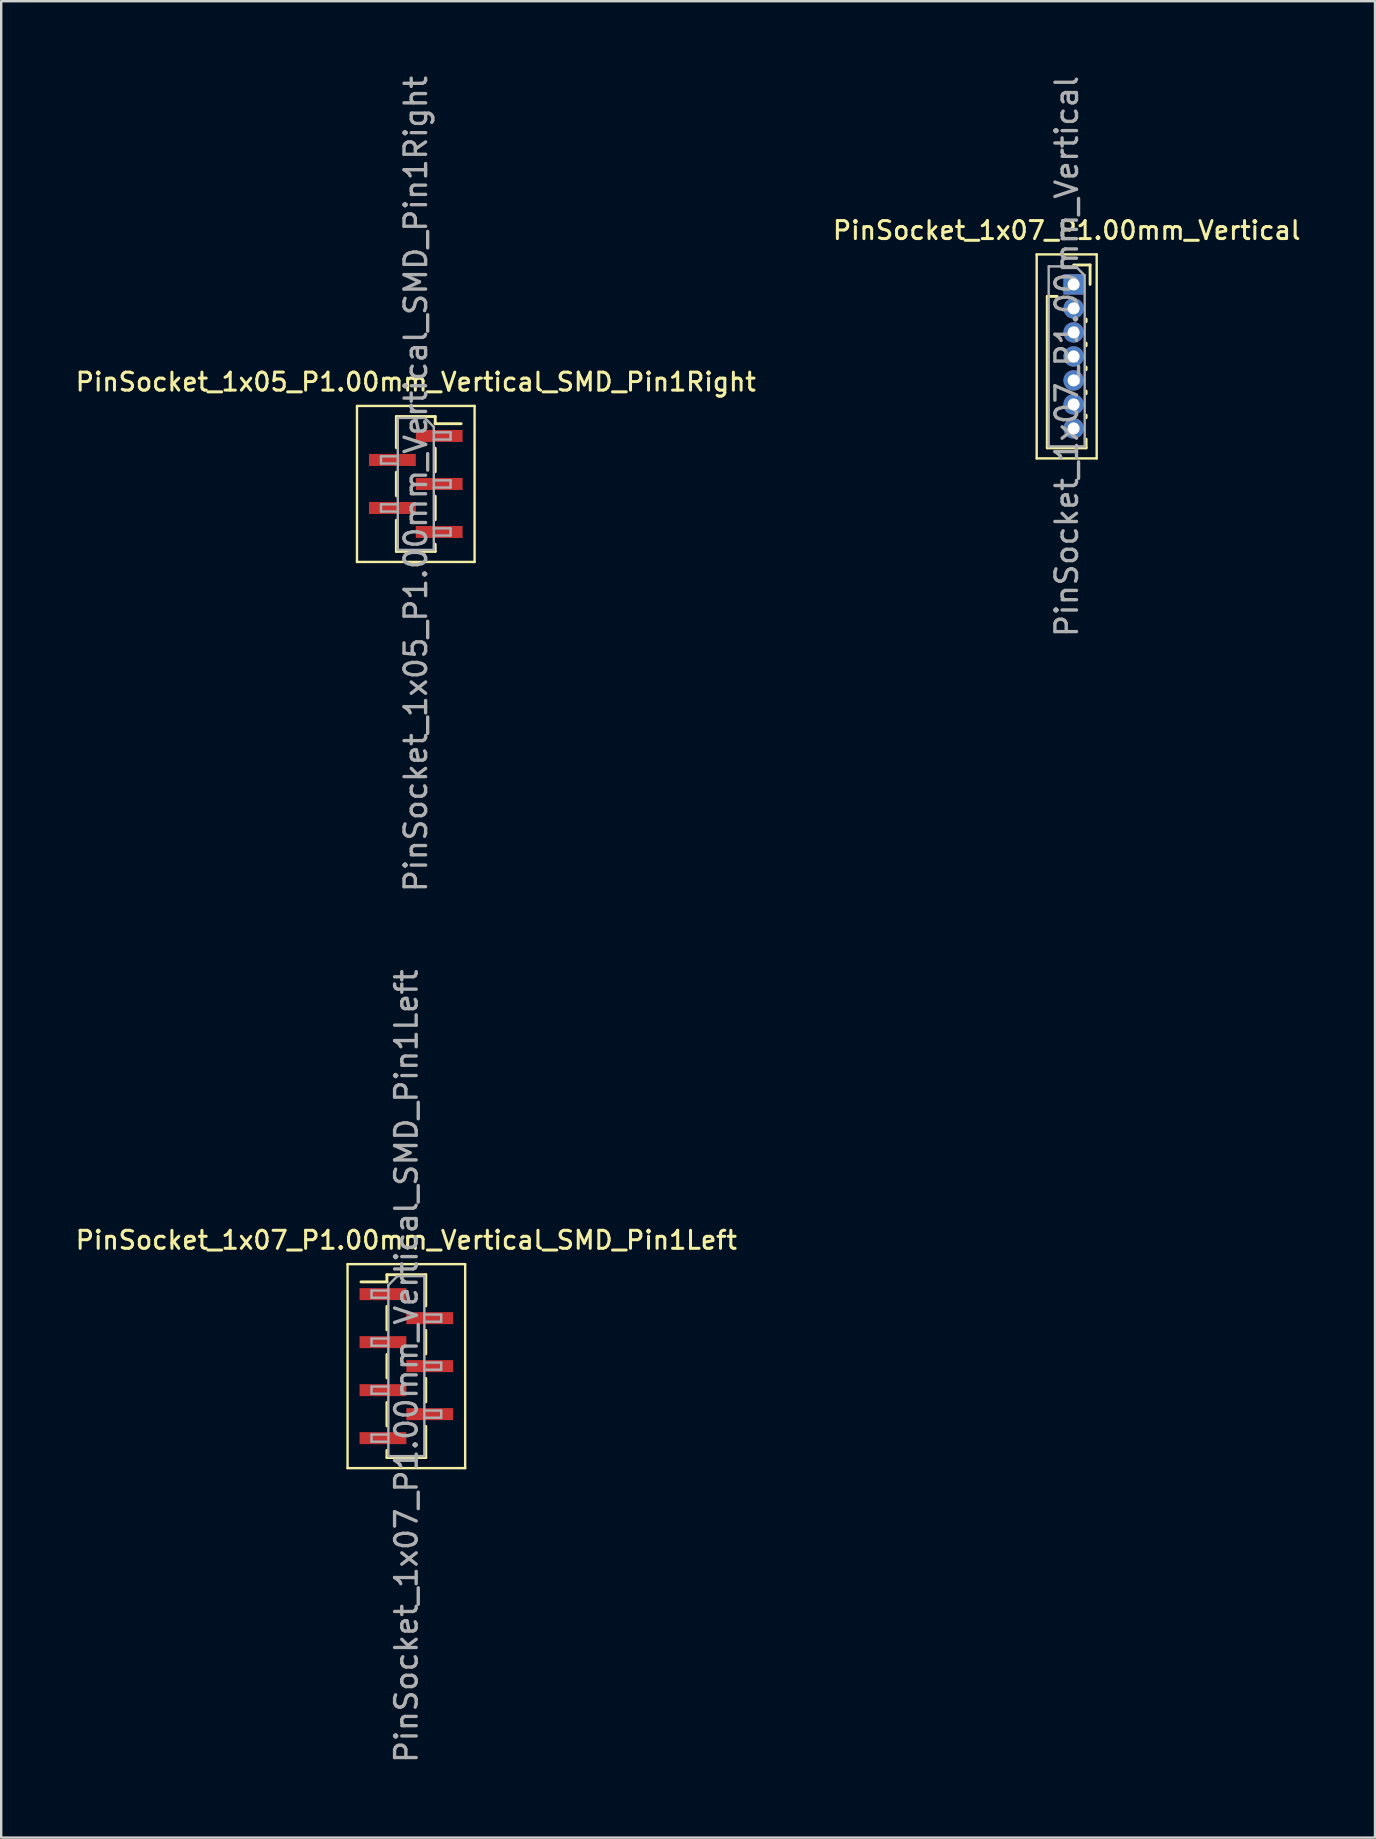
<source format=kicad_pcb>
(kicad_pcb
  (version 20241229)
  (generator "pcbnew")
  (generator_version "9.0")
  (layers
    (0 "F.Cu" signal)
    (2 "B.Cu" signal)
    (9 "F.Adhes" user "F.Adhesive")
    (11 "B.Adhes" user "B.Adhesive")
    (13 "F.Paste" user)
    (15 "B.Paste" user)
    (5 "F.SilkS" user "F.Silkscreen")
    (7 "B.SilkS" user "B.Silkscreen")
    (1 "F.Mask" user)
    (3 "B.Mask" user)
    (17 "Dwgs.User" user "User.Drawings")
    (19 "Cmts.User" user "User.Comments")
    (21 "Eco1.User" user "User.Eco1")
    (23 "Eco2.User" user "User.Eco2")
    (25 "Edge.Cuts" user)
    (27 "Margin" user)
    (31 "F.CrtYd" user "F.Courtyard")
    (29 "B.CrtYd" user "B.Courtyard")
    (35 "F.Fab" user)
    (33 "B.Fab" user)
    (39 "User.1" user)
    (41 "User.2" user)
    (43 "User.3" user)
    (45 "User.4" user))
  (footprint "PinSocket_1x05_P1.00mm_Vertical_SMD_Pin1Right"
    (layer "F.Cu")
    (at 14.273 17.113)
    (property "Reference" "PinSocket_1x05_P1.00mm_Vertical_SMD_Pin1Right" (at 0 -4.25 0) (layer "F.SilkS") (effects (font (size 0.75 0.75) (thickness 0.125))))
    (attr smd)
    (fp_line (start -2.45 -3.25) (end 2.45 -3.25) (stroke (width 0.1) (type solid)) (layer "F.SilkS"))
    (fp_line (start -2.45 3.25) (end -2.45 -3.25) (stroke (width 0.1) (type solid)) (layer "F.SilkS"))
    (fp_line (start -0.81 -2.81) (end -0.81 -1.51) (stroke (width 0.12) (type solid)) (layer "F.SilkS"))
    (fp_line (start -0.81 -2.81) (end 0.81 -2.81) (stroke (width 0.12) (type solid)) (layer "F.SilkS"))
    (fp_line (start -0.81 -0.49) (end -0.81 0.49) (stroke (width 0.12) (type solid)) (layer "F.SilkS"))
    (fp_line (start -0.81 1.51) (end -0.81 2.81) (stroke (width 0.12) (type solid)) (layer "F.SilkS"))
    (fp_line (start -0.81 2.81) (end 0.81 2.81) (stroke (width 0.12) (type solid)) (layer "F.SilkS"))
    (fp_line (start 0.81 -2.81) (end 0.81 -2.51) (stroke (width 0.12) (type solid)) (layer "F.SilkS"))
    (fp_line (start 0.81 -2.51) (end 1.89 -2.51) (stroke (width 0.12) (type solid)) (layer "F.SilkS"))
    (fp_line (start 0.81 -1.49) (end 0.81 -0.51) (stroke (width 0.12) (type solid)) (layer "F.SilkS"))
    (fp_line (start 0.81 0.51) (end 0.81 1.49) (stroke (width 0.12) (type solid)) (layer "F.SilkS"))
    (fp_line (start 0.81 2.51) (end 0.81 2.81) (stroke (width 0.12) (type solid)) (layer "F.SilkS"))
    (fp_line (start 2.45 -3.25) (end 2.45 3.25) (stroke (width 0.1) (type solid)) (layer "F.SilkS"))
    (fp_line (start 2.45 3.25) (end -2.45 3.25) (stroke (width 0.1) (type solid)) (layer "F.SilkS"))
    (fp_line (start -1.45 -1.15) (end -0.75 -1.15) (stroke (width 0.1) (type solid)) (layer "F.Fab"))
    (fp_line (start -1.45 -0.85) (end -1.45 -1.15) (stroke (width 0.1) (type solid)) (layer "F.Fab"))
    (fp_line (start -1.45 0.85) (end -0.75 0.85) (stroke (width 0.1) (type solid)) (layer "F.Fab"))
    (fp_line (start -1.45 1.15) (end -1.45 0.85) (stroke (width 0.1) (type solid)) (layer "F.Fab"))
    (fp_line (start -0.75 -2.75) (end 0.375 -2.75) (stroke (width 0.1) (type solid)) (layer "F.Fab"))
    (fp_line (start -0.75 -0.85) (end -1.45 -0.85) (stroke (width 0.1) (type solid)) (layer "F.Fab"))
    (fp_line (start -0.75 1.15) (end -1.45 1.15) (stroke (width 0.1) (type solid)) (layer "F.Fab"))
    (fp_line (start -0.75 2.75) (end -0.75 -2.75) (stroke (width 0.1) (type solid)) (layer "F.Fab"))
    (fp_line (start 0.375 -2.75) (end 0.75 -2.375) (stroke (width 0.1) (type solid)) (layer "F.Fab"))
    (fp_line (start 0.75 -2.375) (end 0.75 2.75) (stroke (width 0.1) (type solid)) (layer "F.Fab"))
    (fp_line (start 0.75 -2.15) (end 1.45 -2.15) (stroke (width 0.1) (type solid)) (layer "F.Fab"))
    (fp_line (start 0.75 -0.15) (end 1.45 -0.15) (stroke (width 0.1) (type solid)) (layer "F.Fab"))
    (fp_line (start 0.75 1.85) (end 1.45 1.85) (stroke (width 0.1) (type solid)) (layer "F.Fab"))
    (fp_line (start 0.75 2.75) (end -0.75 2.75) (stroke (width 0.1) (type solid)) (layer "F.Fab"))
    (fp_line (start 1.45 -2.15) (end 1.45 -1.85) (stroke (width 0.1) (type solid)) (layer "F.Fab"))
    (fp_line (start 1.45 -1.85) (end 0.75 -1.85) (stroke (width 0.1) (type solid)) (layer "F.Fab"))
    (fp_line (start 1.45 -0.15) (end 1.45 0.15) (stroke (width 0.1) (type solid)) (layer "F.Fab"))
    (fp_line (start 1.45 0.15) (end 0.75 0.15) (stroke (width 0.1) (type solid)) (layer "F.Fab"))
    (fp_line (start 1.45 1.85) (end 1.45 2.15) (stroke (width 0.1) (type solid)) (layer "F.Fab"))
    (fp_line (start 1.45 2.15) (end 0.75 2.15) (stroke (width 0.1) (type solid)) (layer "F.Fab"))
    (fp_text user "${REFERENCE}" (at 0 0 90) (layer "F.Fab") (effects (font (size 0.9 0.9) (thickness 0.14))))
    (pad "1" smd rect (at 0.975 -2) (size 1.95 0.5) (layers "F.Cu" "F.Mask" "F.Paste"))
    (pad "2" smd rect (at -0.975 -1) (size 1.95 0.5) (layers "F.Cu" "F.Mask" "F.Paste"))
    (pad "3" smd rect (at 0.975 0) (size 1.95 0.5) (layers "F.Cu" "F.Mask" "F.Paste"))
    (pad "4" smd rect (at -0.975 1) (size 1.95 0.5) (layers "F.Cu" "F.Mask" "F.Paste"))
    (pad "5" smd rect (at 0.975 2) (size 1.95 0.5) (layers "F.Cu" "F.Mask" "F.Paste")))
  (footprint "PinSocket_1x07_P1.00mm_Vertical_SMD_Pin1Left"
    (layer "F.Cu")
    (at 13.88 53.867)
    (property "Reference" "PinSocket_1x07_P1.00mm_Vertical_SMD_Pin1Left" (at 0 -5.25 0) (layer "F.SilkS") (effects (font (size 0.75 0.75) (thickness 0.125))))
    (attr smd)
    (fp_line (start -2.45 -4.25) (end 2.45 -4.25) (stroke (width 0.1) (type solid)) (layer "F.SilkS"))
    (fp_line (start -2.45 4.25) (end -2.45 -4.25) (stroke (width 0.1) (type solid)) (layer "F.SilkS"))
    (fp_line (start -1.89 -3.51) (end -0.81 -3.51) (stroke (width 0.12) (type solid)) (layer "F.SilkS"))
    (fp_line (start -0.81 -3.81) (end -0.81 -3.51) (stroke (width 0.12) (type solid)) (layer "F.SilkS"))
    (fp_line (start -0.81 -3.81) (end 0.81 -3.81) (stroke (width 0.12) (type solid)) (layer "F.SilkS"))
    (fp_line (start -0.81 -2.49) (end -0.81 -1.51) (stroke (width 0.12) (type solid)) (layer "F.SilkS"))
    (fp_line (start -0.81 -0.49) (end -0.81 0.49) (stroke (width 0.12) (type solid)) (layer "F.SilkS"))
    (fp_line (start -0.81 1.51) (end -0.81 2.49) (stroke (width 0.12) (type solid)) (layer "F.SilkS"))
    (fp_line (start -0.81 3.51) (end -0.81 3.81) (stroke (width 0.12) (type solid)) (layer "F.SilkS"))
    (fp_line (start -0.81 3.81) (end 0.81 3.81) (stroke (width 0.12) (type solid)) (layer "F.SilkS"))
    (fp_line (start 0.81 -3.81) (end 0.81 -2.51) (stroke (width 0.12) (type solid)) (layer "F.SilkS"))
    (fp_line (start 0.81 -1.49) (end 0.81 -0.51) (stroke (width 0.12) (type solid)) (layer "F.SilkS"))
    (fp_line (start 0.81 0.51) (end 0.81 1.49) (stroke (width 0.12) (type solid)) (layer "F.SilkS"))
    (fp_line (start 0.81 2.51) (end 0.81 3.81) (stroke (width 0.12) (type solid)) (layer "F.SilkS"))
    (fp_line (start 2.45 -4.25) (end 2.45 4.25) (stroke (width 0.1) (type solid)) (layer "F.SilkS"))
    (fp_line (start 2.45 4.25) (end -2.45 4.25) (stroke (width 0.1) (type solid)) (layer "F.SilkS"))
    (fp_line (start -1.45 -3.15) (end -0.75 -3.15) (stroke (width 0.1) (type solid)) (layer "F.Fab"))
    (fp_line (start -1.45 -2.85) (end -1.45 -3.15) (stroke (width 0.1) (type solid)) (layer "F.Fab"))
    (fp_line (start -1.45 -1.15) (end -0.75 -1.15) (stroke (width 0.1) (type solid)) (layer "F.Fab"))
    (fp_line (start -1.45 -0.85) (end -1.45 -1.15) (stroke (width 0.1) (type solid)) (layer "F.Fab"))
    (fp_line (start -1.45 0.85) (end -0.75 0.85) (stroke (width 0.1) (type solid)) (layer "F.Fab"))
    (fp_line (start -1.45 1.15) (end -1.45 0.85) (stroke (width 0.1) (type solid)) (layer "F.Fab"))
    (fp_line (start -1.45 2.85) (end -0.75 2.85) (stroke (width 0.1) (type solid)) (layer "F.Fab"))
    (fp_line (start -1.45 3.15) (end -1.45 2.85) (stroke (width 0.1) (type solid)) (layer "F.Fab"))
    (fp_line (start -0.75 -3.375) (end -0.375 -3.75) (stroke (width 0.1) (type solid)) (layer "F.Fab"))
    (fp_line (start -0.75 -2.85) (end -1.45 -2.85) (stroke (width 0.1) (type solid)) (layer "F.Fab"))
    (fp_line (start -0.75 -0.85) (end -1.45 -0.85) (stroke (width 0.1) (type solid)) (layer "F.Fab"))
    (fp_line (start -0.75 1.15) (end -1.45 1.15) (stroke (width 0.1) (type solid)) (layer "F.Fab"))
    (fp_line (start -0.75 3.15) (end -1.45 3.15) (stroke (width 0.1) (type solid)) (layer "F.Fab"))
    (fp_line (start -0.75 3.75) (end -0.75 -3.375) (stroke (width 0.1) (type solid)) (layer "F.Fab"))
    (fp_line (start -0.375 -3.75) (end 0.75 -3.75) (stroke (width 0.1) (type solid)) (layer "F.Fab"))
    (fp_line (start 0.75 -3.75) (end 0.75 3.75) (stroke (width 0.1) (type solid)) (layer "F.Fab"))
    (fp_line (start 0.75 -2.15) (end 1.45 -2.15) (stroke (width 0.1) (type solid)) (layer "F.Fab"))
    (fp_line (start 0.75 -0.15) (end 1.45 -0.15) (stroke (width 0.1) (type solid)) (layer "F.Fab"))
    (fp_line (start 0.75 1.85) (end 1.45 1.85) (stroke (width 0.1) (type solid)) (layer "F.Fab"))
    (fp_line (start 0.75 3.75) (end -0.75 3.75) (stroke (width 0.1) (type solid)) (layer "F.Fab"))
    (fp_line (start 1.45 -2.15) (end 1.45 -1.85) (stroke (width 0.1) (type solid)) (layer "F.Fab"))
    (fp_line (start 1.45 -1.85) (end 0.75 -1.85) (stroke (width 0.1) (type solid)) (layer "F.Fab"))
    (fp_line (start 1.45 -0.15) (end 1.45 0.15) (stroke (width 0.1) (type solid)) (layer "F.Fab"))
    (fp_line (start 1.45 0.15) (end 0.75 0.15) (stroke (width 0.1) (type solid)) (layer "F.Fab"))
    (fp_line (start 1.45 1.85) (end 1.45 2.15) (stroke (width 0.1) (type solid)) (layer "F.Fab"))
    (fp_line (start 1.45 2.15) (end 0.75 2.15) (stroke (width 0.1) (type solid)) (layer "F.Fab"))
    (fp_text user "${REFERENCE}" (at 0 0 90) (layer "F.Fab") (effects (font (size 0.9 0.9) (thickness 0.14))))
    (pad "1" smd rect (at -0.975 -3) (size 1.95 0.5) (layers "F.Cu" "F.Mask" "F.Paste"))
    (pad "2" smd rect (at 0.975 -2) (size 1.95 0.5) (layers "F.Cu" "F.Mask" "F.Paste"))
    (pad "3" smd rect (at -0.975 -1) (size 1.95 0.5) (layers "F.Cu" "F.Mask" "F.Paste"))
    (pad "4" smd rect (at 0.975 0) (size 1.95 0.5) (layers "F.Cu" "F.Mask" "F.Paste"))
    (pad "5" smd rect (at -0.975 1) (size 1.95 0.5) (layers "F.Cu" "F.Mask" "F.Paste"))
    (pad "6" smd rect (at 0.975 2) (size 1.95 0.5) (layers "F.Cu" "F.Mask" "F.Paste"))
    (pad "7" smd rect (at -0.975 3) (size 1.95 0.5) (layers "F.Cu" "F.Mask" "F.Paste")))
  (footprint "PinSocket_1x07_P1.00mm_Vertical"
    (layer "F.Cu")
    (at 41.681 8.799)
    (property "Reference" "PinSocket_1x07_P1.00mm_Vertical" (at -0.29 -2.25 0) (layer "F.SilkS") (effects (font (size 0.75 0.75) (thickness 0.125))))
    (attr through_hole)
    (fp_line (start -1.54 -1.25) (end 0.96 -1.25) (stroke (width 0.1) (type solid)) (layer "F.SilkS"))
    (fp_line (start -1.54 7.25) (end -1.54 -1.25) (stroke (width 0.1) (type solid)) (layer "F.SilkS"))
    (fp_line (start -1.1 0.5) (end -1.1 6.81) (stroke (width 0.12) (type solid)) (layer "F.SilkS"))
    (fp_line (start -1.1 0.5) (end -0.685 0.5) (stroke (width 0.12) (type solid)) (layer "F.SilkS"))
    (fp_line (start -1.1 6.81) (end 0.52 6.81) (stroke (width 0.12) (type solid)) (layer "F.SilkS"))
    (fp_line (start 0 -0.81) (end 0.685 -0.81) (stroke (width 0.12) (type solid)) (layer "F.SilkS"))
    (fp_line (start 0.52 1.446) (end 0.52 1.554) (stroke (width 0.12) (type solid)) (layer "F.SilkS"))
    (fp_line (start 0.52 2.446) (end 0.52 2.554) (stroke (width 0.12) (type solid)) (layer "F.SilkS"))
    (fp_line (start 0.52 3.446) (end 0.52 3.554) (stroke (width 0.12) (type solid)) (layer "F.SilkS"))
    (fp_line (start 0.52 4.446) (end 0.52 4.554) (stroke (width 0.12) (type solid)) (layer "F.SilkS"))
    (fp_line (start 0.52 5.446) (end 0.52 5.554) (stroke (width 0.12) (type solid)) (layer "F.SilkS"))
    (fp_line (start 0.52 6.446) (end 0.52 6.81) (stroke (width 0.12) (type solid)) (layer "F.SilkS"))
    (fp_line (start 0.685 -0.81) (end 0.685 0) (stroke (width 0.12) (type solid)) (layer "F.SilkS"))
    (fp_line (start 0.96 -1.25) (end 0.96 7.25) (stroke (width 0.1) (type solid)) (layer "F.SilkS"))
    (fp_line (start 0.96 7.25) (end -1.54 7.25) (stroke (width 0.1) (type solid)) (layer "F.SilkS"))
    (fp_line (start -1.04 -0.75) (end 0.085 -0.75) (stroke (width 0.1) (type solid)) (layer "F.Fab"))
    (fp_line (start -1.04 6.75) (end -1.04 -0.75) (stroke (width 0.1) (type solid)) (layer "F.Fab"))
    (fp_line (start 0.085 -0.75) (end 0.46 -0.375) (stroke (width 0.1) (type solid)) (layer "F.Fab"))
    (fp_line (start 0.46 -0.375) (end 0.46 6.75) (stroke (width 0.1) (type solid)) (layer "F.Fab"))
    (fp_line (start 0.46 6.75) (end -1.04 6.75) (stroke (width 0.1) (type solid)) (layer "F.Fab"))
    (fp_text user "${REFERENCE}" (at -0.29 3 90) (layer "F.Fab") (effects (font (size 0.9 0.9) (thickness 0.14))))
    (pad "1" thru_hole rect (at 0 0) (size 0.85 0.85) (drill 0.5) (layers "*.Cu" "*.Mask"))
    (pad "2" thru_hole oval (at 0 1) (size 0.85 0.85) (drill 0.5) (layers "*.Cu" "*.Mask"))
    (pad "3" thru_hole oval (at 0 2) (size 0.85 0.85) (drill 0.5) (layers "*.Cu" "*.Mask"))
    (pad "4" thru_hole oval (at 0 3) (size 0.85 0.85) (drill 0.5) (layers "*.Cu" "*.Mask"))
    (pad "5" thru_hole oval (at 0 4) (size 0.85 0.85) (drill 0.5) (layers "*.Cu" "*.Mask"))
    (pad "6" thru_hole oval (at 0 5) (size 0.85 0.85) (drill 0.5) (layers "*.Cu" "*.Mask"))
    (pad "7" thru_hole oval (at 0 6) (size 0.85 0.85) (drill 0.5) (layers "*.Cu" "*.Mask")))
  (gr_rect
    (start -3 -3)
    (end 54.236 73.509)
    (stroke (width 0.1) (type default))
    (fill no)
    (layer "Edge.Cuts")))
</source>
